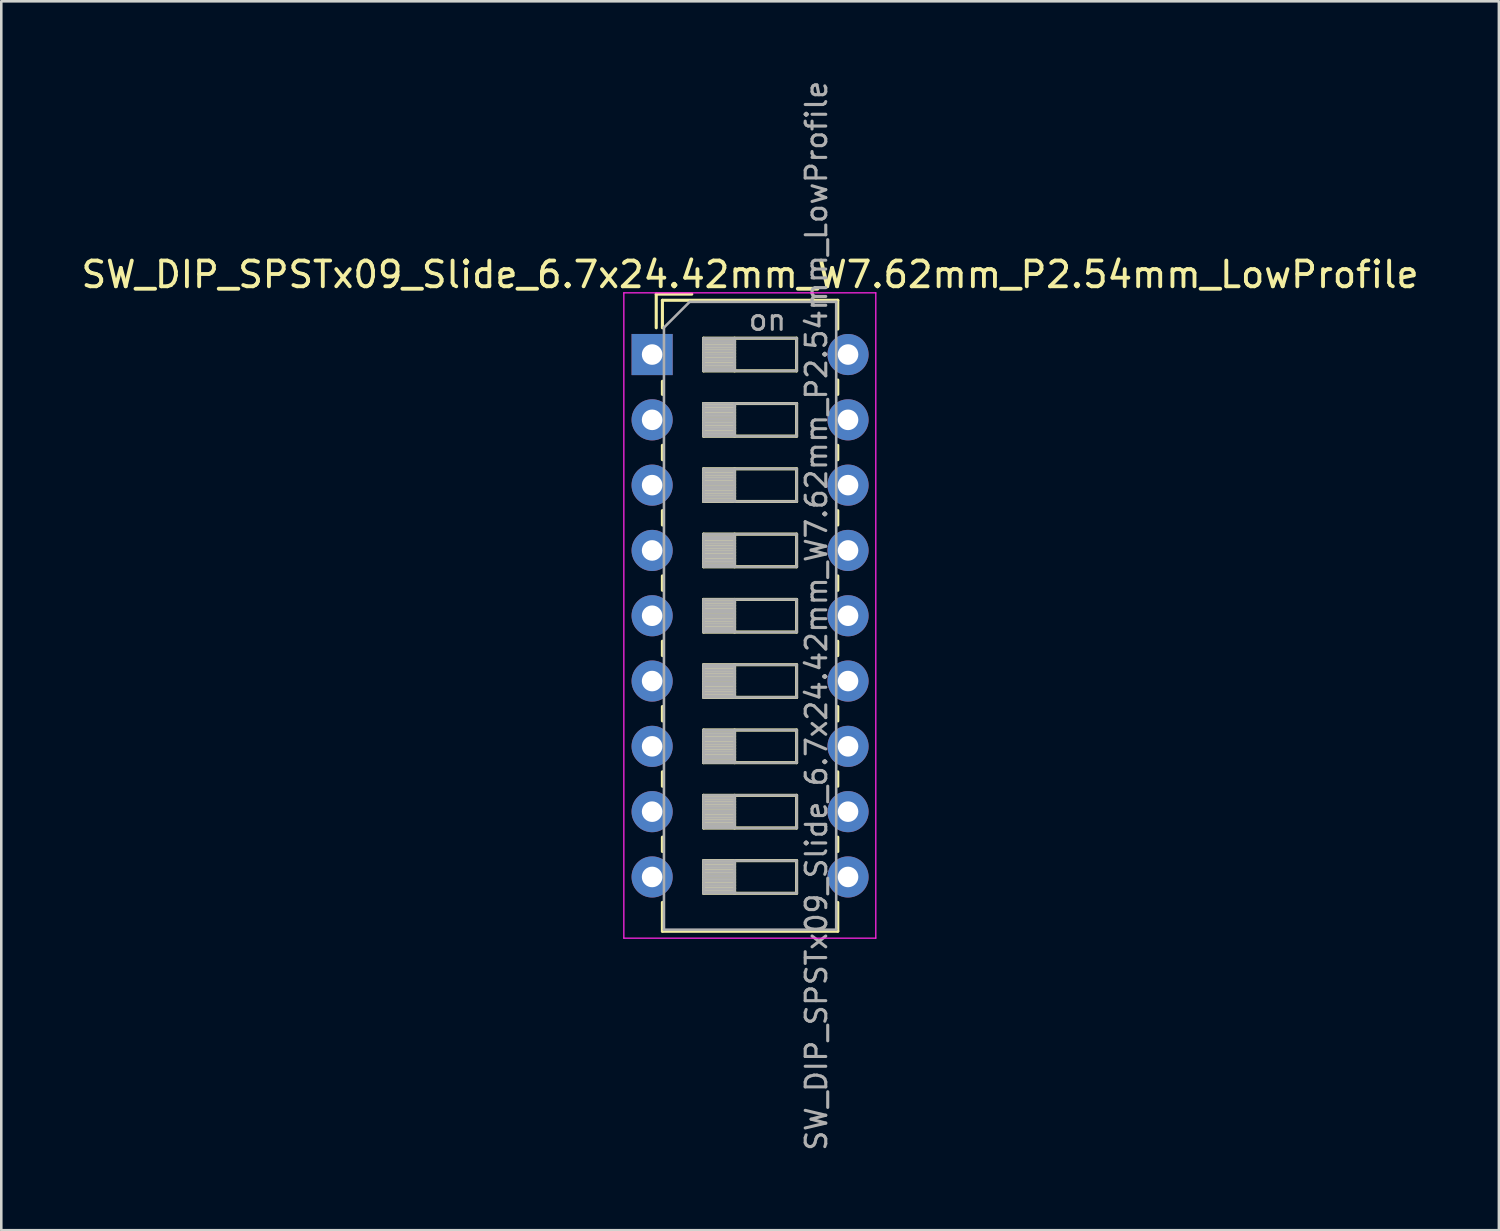
<source format=kicad_pcb>
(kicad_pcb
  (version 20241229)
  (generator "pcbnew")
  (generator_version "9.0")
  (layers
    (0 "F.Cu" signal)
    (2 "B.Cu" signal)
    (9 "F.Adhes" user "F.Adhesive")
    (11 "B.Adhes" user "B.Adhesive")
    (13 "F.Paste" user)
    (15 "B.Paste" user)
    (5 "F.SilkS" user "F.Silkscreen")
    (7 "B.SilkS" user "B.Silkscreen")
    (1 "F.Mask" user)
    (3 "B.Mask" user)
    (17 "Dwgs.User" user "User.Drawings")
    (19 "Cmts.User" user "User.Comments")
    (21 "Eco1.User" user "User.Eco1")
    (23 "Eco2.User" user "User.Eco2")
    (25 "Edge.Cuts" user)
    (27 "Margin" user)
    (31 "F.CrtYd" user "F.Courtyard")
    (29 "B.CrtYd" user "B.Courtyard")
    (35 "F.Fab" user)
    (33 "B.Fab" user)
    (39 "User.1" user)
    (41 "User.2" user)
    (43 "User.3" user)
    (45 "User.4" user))
  (footprint "SW_DIP_SPSTx09_Slide_6.7x24.42mm_W7.62mm_P2.54mm_LowProfile"
    (layer "F.Cu")
    (at 22.315 10.74)
    (property "Reference" "SW_DIP_SPSTx09_Slide_6.7x24.42mm_W7.62mm_P2.54mm_LowProfile" (at 3.81 -3.11 0) (layer "F.SilkS") (effects (font (size 1 1) (thickness 0.15))))
    (attr through_hole)
    (fp_line (start 0.16 -2.35) (end 0.16 -1.04) (stroke (width 0.12) (type solid)) (layer "F.SilkS"))
    (fp_line (start 0.16 -2.35) (end 1.543 -2.35) (stroke (width 0.12) (type solid)) (layer "F.SilkS"))
    (fp_line (start 0.4 -2.11) (end 0.4 -1.04) (stroke (width 0.12) (type solid)) (layer "F.SilkS"))
    (fp_line (start 0.4 -2.11) (end 7.221 -2.11) (stroke (width 0.12) (type solid)) (layer "F.SilkS"))
    (fp_line (start 0.4 1.04) (end 0.4 1.551) (stroke (width 0.12) (type solid)) (layer "F.SilkS"))
    (fp_line (start 0.4 3.53) (end 0.4 4.091) (stroke (width 0.12) (type solid)) (layer "F.SilkS"))
    (fp_line (start 0.4 6.07) (end 0.4 6.631) (stroke (width 0.12) (type solid)) (layer "F.SilkS"))
    (fp_line (start 0.4 8.61) (end 0.4 9.17) (stroke (width 0.12) (type solid)) (layer "F.SilkS"))
    (fp_line (start 0.4 11.15) (end 0.4 11.71) (stroke (width 0.12) (type solid)) (layer "F.SilkS"))
    (fp_line (start 0.4 13.69) (end 0.4 14.25) (stroke (width 0.12) (type solid)) (layer "F.SilkS"))
    (fp_line (start 0.4 16.23) (end 0.4 16.79) (stroke (width 0.12) (type solid)) (layer "F.SilkS"))
    (fp_line (start 0.4 18.77) (end 0.4 19.33) (stroke (width 0.12) (type solid)) (layer "F.SilkS"))
    (fp_line (start 0.4 21.31) (end 0.4 22.431) (stroke (width 0.12) (type solid)) (layer "F.SilkS"))
    (fp_line (start 0.4 22.431) (end 7.221 22.431) (stroke (width 0.12) (type solid)) (layer "F.SilkS"))
    (fp_line (start 2 -0.635) (end 2 0.635) (stroke (width 0.12) (type solid)) (layer "F.SilkS"))
    (fp_line (start 2 -0.515) (end 3.207 -0.515) (stroke (width 0.12) (type solid)) (layer "F.SilkS"))
    (fp_line (start 2 -0.395) (end 3.207 -0.395) (stroke (width 0.12) (type solid)) (layer "F.SilkS"))
    (fp_line (start 2 -0.275) (end 3.207 -0.275) (stroke (width 0.12) (type solid)) (layer "F.SilkS"))
    (fp_line (start 2 -0.155) (end 3.207 -0.155) (stroke (width 0.12) (type solid)) (layer "F.SilkS"))
    (fp_line (start 2 -0.035) (end 3.207 -0.035) (stroke (width 0.12) (type solid)) (layer "F.SilkS"))
    (fp_line (start 2 0.085) (end 3.207 0.085) (stroke (width 0.12) (type solid)) (layer "F.SilkS"))
    (fp_line (start 2 0.205) (end 3.207 0.205) (stroke (width 0.12) (type solid)) (layer "F.SilkS"))
    (fp_line (start 2 0.325) (end 3.207 0.325) (stroke (width 0.12) (type solid)) (layer "F.SilkS"))
    (fp_line (start 2 0.445) (end 3.207 0.445) (stroke (width 0.12) (type solid)) (layer "F.SilkS"))
    (fp_line (start 2 0.565) (end 3.207 0.565) (stroke (width 0.12) (type solid)) (layer "F.SilkS"))
    (fp_line (start 2 0.635) (end 5.62 0.635) (stroke (width 0.12) (type solid)) (layer "F.SilkS"))
    (fp_line (start 2 1.905) (end 2 3.175) (stroke (width 0.12) (type solid)) (layer "F.SilkS"))
    (fp_line (start 2 2.025) (end 3.207 2.025) (stroke (width 0.12) (type solid)) (layer "F.SilkS"))
    (fp_line (start 2 2.145) (end 3.207 2.145) (stroke (width 0.12) (type solid)) (layer "F.SilkS"))
    (fp_line (start 2 2.265) (end 3.207 2.265) (stroke (width 0.12) (type solid)) (layer "F.SilkS"))
    (fp_line (start 2 2.385) (end 3.207 2.385) (stroke (width 0.12) (type solid)) (layer "F.SilkS"))
    (fp_line (start 2 2.505) (end 3.207 2.505) (stroke (width 0.12) (type solid)) (layer "F.SilkS"))
    (fp_line (start 2 2.625) (end 3.207 2.625) (stroke (width 0.12) (type solid)) (layer "F.SilkS"))
    (fp_line (start 2 2.745) (end 3.207 2.745) (stroke (width 0.12) (type solid)) (layer "F.SilkS"))
    (fp_line (start 2 2.865) (end 3.207 2.865) (stroke (width 0.12) (type solid)) (layer "F.SilkS"))
    (fp_line (start 2 2.985) (end 3.207 2.985) (stroke (width 0.12) (type solid)) (layer "F.SilkS"))
    (fp_line (start 2 3.105) (end 3.207 3.105) (stroke (width 0.12) (type solid)) (layer "F.SilkS"))
    (fp_line (start 2 3.175) (end 5.62 3.175) (stroke (width 0.12) (type solid)) (layer "F.SilkS"))
    (fp_line (start 2 4.445) (end 2 5.715) (stroke (width 0.12) (type solid)) (layer "F.SilkS"))
    (fp_line (start 2 4.565) (end 3.207 4.565) (stroke (width 0.12) (type solid)) (layer "F.SilkS"))
    (fp_line (start 2 4.685) (end 3.207 4.685) (stroke (width 0.12) (type solid)) (layer "F.SilkS"))
    (fp_line (start 2 4.805) (end 3.207 4.805) (stroke (width 0.12) (type solid)) (layer "F.SilkS"))
    (fp_line (start 2 4.925) (end 3.207 4.925) (stroke (width 0.12) (type solid)) (layer "F.SilkS"))
    (fp_line (start 2 5.045) (end 3.207 5.045) (stroke (width 0.12) (type solid)) (layer "F.SilkS"))
    (fp_line (start 2 5.165) (end 3.207 5.165) (stroke (width 0.12) (type solid)) (layer "F.SilkS"))
    (fp_line (start 2 5.285) (end 3.207 5.285) (stroke (width 0.12) (type solid)) (layer "F.SilkS"))
    (fp_line (start 2 5.405) (end 3.207 5.405) (stroke (width 0.12) (type solid)) (layer "F.SilkS"))
    (fp_line (start 2 5.525) (end 3.207 5.525) (stroke (width 0.12) (type solid)) (layer "F.SilkS"))
    (fp_line (start 2 5.645) (end 3.207 5.645) (stroke (width 0.12) (type solid)) (layer "F.SilkS"))
    (fp_line (start 2 5.715) (end 5.62 5.715) (stroke (width 0.12) (type solid)) (layer "F.SilkS"))
    (fp_line (start 2 6.985) (end 2 8.255) (stroke (width 0.12) (type solid)) (layer "F.SilkS"))
    (fp_line (start 2 7.105) (end 3.207 7.105) (stroke (width 0.12) (type solid)) (layer "F.SilkS"))
    (fp_line (start 2 7.225) (end 3.207 7.225) (stroke (width 0.12) (type solid)) (layer "F.SilkS"))
    (fp_line (start 2 7.345) (end 3.207 7.345) (stroke (width 0.12) (type solid)) (layer "F.SilkS"))
    (fp_line (start 2 7.465) (end 3.207 7.465) (stroke (width 0.12) (type solid)) (layer "F.SilkS"))
    (fp_line (start 2 7.585) (end 3.207 7.585) (stroke (width 0.12) (type solid)) (layer "F.SilkS"))
    (fp_line (start 2 7.705) (end 3.207 7.705) (stroke (width 0.12) (type solid)) (layer "F.SilkS"))
    (fp_line (start 2 7.825) (end 3.207 7.825) (stroke (width 0.12) (type solid)) (layer "F.SilkS"))
    (fp_line (start 2 7.945) (end 3.207 7.945) (stroke (width 0.12) (type solid)) (layer "F.SilkS"))
    (fp_line (start 2 8.065) (end 3.207 8.065) (stroke (width 0.12) (type solid)) (layer "F.SilkS"))
    (fp_line (start 2 8.185) (end 3.207 8.185) (stroke (width 0.12) (type solid)) (layer "F.SilkS"))
    (fp_line (start 2 8.255) (end 5.62 8.255) (stroke (width 0.12) (type solid)) (layer "F.SilkS"))
    (fp_line (start 2 9.525) (end 2 10.795) (stroke (width 0.12) (type solid)) (layer "F.SilkS"))
    (fp_line (start 2 9.645) (end 3.207 9.645) (stroke (width 0.12) (type solid)) (layer "F.SilkS"))
    (fp_line (start 2 9.765) (end 3.207 9.765) (stroke (width 0.12) (type solid)) (layer "F.SilkS"))
    (fp_line (start 2 9.885) (end 3.207 9.885) (stroke (width 0.12) (type solid)) (layer "F.SilkS"))
    (fp_line (start 2 10.005) (end 3.207 10.005) (stroke (width 0.12) (type solid)) (layer "F.SilkS"))
    (fp_line (start 2 10.125) (end 3.207 10.125) (stroke (width 0.12) (type solid)) (layer "F.SilkS"))
    (fp_line (start 2 10.245) (end 3.207 10.245) (stroke (width 0.12) (type solid)) (layer "F.SilkS"))
    (fp_line (start 2 10.365) (end 3.207 10.365) (stroke (width 0.12) (type solid)) (layer "F.SilkS"))
    (fp_line (start 2 10.485) (end 3.207 10.485) (stroke (width 0.12) (type solid)) (layer "F.SilkS"))
    (fp_line (start 2 10.605) (end 3.207 10.605) (stroke (width 0.12) (type solid)) (layer "F.SilkS"))
    (fp_line (start 2 10.725) (end 3.207 10.725) (stroke (width 0.12) (type solid)) (layer "F.SilkS"))
    (fp_line (start 2 10.795) (end 5.62 10.795) (stroke (width 0.12) (type solid)) (layer "F.SilkS"))
    (fp_line (start 2 12.065) (end 2 13.335) (stroke (width 0.12) (type solid)) (layer "F.SilkS"))
    (fp_line (start 2 12.185) (end 3.207 12.185) (stroke (width 0.12) (type solid)) (layer "F.SilkS"))
    (fp_line (start 2 12.305) (end 3.207 12.305) (stroke (width 0.12) (type solid)) (layer "F.SilkS"))
    (fp_line (start 2 12.425) (end 3.207 12.425) (stroke (width 0.12) (type solid)) (layer "F.SilkS"))
    (fp_line (start 2 12.545) (end 3.207 12.545) (stroke (width 0.12) (type solid)) (layer "F.SilkS"))
    (fp_line (start 2 12.665) (end 3.207 12.665) (stroke (width 0.12) (type solid)) (layer "F.SilkS"))
    (fp_line (start 2 12.785) (end 3.207 12.785) (stroke (width 0.12) (type solid)) (layer "F.SilkS"))
    (fp_line (start 2 12.905) (end 3.207 12.905) (stroke (width 0.12) (type solid)) (layer "F.SilkS"))
    (fp_line (start 2 13.025) (end 3.207 13.025) (stroke (width 0.12) (type solid)) (layer "F.SilkS"))
    (fp_line (start 2 13.145) (end 3.207 13.145) (stroke (width 0.12) (type solid)) (layer "F.SilkS"))
    (fp_line (start 2 13.265) (end 3.207 13.265) (stroke (width 0.12) (type solid)) (layer "F.SilkS"))
    (fp_line (start 2 13.335) (end 5.62 13.335) (stroke (width 0.12) (type solid)) (layer "F.SilkS"))
    (fp_line (start 2 14.605) (end 2 15.875) (stroke (width 0.12) (type solid)) (layer "F.SilkS"))
    (fp_line (start 2 14.725) (end 3.207 14.725) (stroke (width 0.12) (type solid)) (layer "F.SilkS"))
    (fp_line (start 2 14.845) (end 3.207 14.845) (stroke (width 0.12) (type solid)) (layer "F.SilkS"))
    (fp_line (start 2 14.965) (end 3.207 14.965) (stroke (width 0.12) (type solid)) (layer "F.SilkS"))
    (fp_line (start 2 15.085) (end 3.207 15.085) (stroke (width 0.12) (type solid)) (layer "F.SilkS"))
    (fp_line (start 2 15.205) (end 3.207 15.205) (stroke (width 0.12) (type solid)) (layer "F.SilkS"))
    (fp_line (start 2 15.325) (end 3.207 15.325) (stroke (width 0.12) (type solid)) (layer "F.SilkS"))
    (fp_line (start 2 15.445) (end 3.207 15.445) (stroke (width 0.12) (type solid)) (layer "F.SilkS"))
    (fp_line (start 2 15.565) (end 3.207 15.565) (stroke (width 0.12) (type solid)) (layer "F.SilkS"))
    (fp_line (start 2 15.685) (end 3.207 15.685) (stroke (width 0.12) (type solid)) (layer "F.SilkS"))
    (fp_line (start 2 15.805) (end 3.207 15.805) (stroke (width 0.12) (type solid)) (layer "F.SilkS"))
    (fp_line (start 2 15.875) (end 5.62 15.875) (stroke (width 0.12) (type solid)) (layer "F.SilkS"))
    (fp_line (start 2 17.145) (end 2 18.415) (stroke (width 0.12) (type solid)) (layer "F.SilkS"))
    (fp_line (start 2 17.265) (end 3.207 17.265) (stroke (width 0.12) (type solid)) (layer "F.SilkS"))
    (fp_line (start 2 17.385) (end 3.207 17.385) (stroke (width 0.12) (type solid)) (layer "F.SilkS"))
    (fp_line (start 2 17.505) (end 3.207 17.505) (stroke (width 0.12) (type solid)) (layer "F.SilkS"))
    (fp_line (start 2 17.625) (end 3.207 17.625) (stroke (width 0.12) (type solid)) (layer "F.SilkS"))
    (fp_line (start 2 17.745) (end 3.207 17.745) (stroke (width 0.12) (type solid)) (layer "F.SilkS"))
    (fp_line (start 2 17.865) (end 3.207 17.865) (stroke (width 0.12) (type solid)) (layer "F.SilkS"))
    (fp_line (start 2 17.985) (end 3.207 17.985) (stroke (width 0.12) (type solid)) (layer "F.SilkS"))
    (fp_line (start 2 18.105) (end 3.207 18.105) (stroke (width 0.12) (type solid)) (layer "F.SilkS"))
    (fp_line (start 2 18.225) (end 3.207 18.225) (stroke (width 0.12) (type solid)) (layer "F.SilkS"))
    (fp_line (start 2 18.345) (end 3.207 18.345) (stroke (width 0.12) (type solid)) (layer "F.SilkS"))
    (fp_line (start 2 18.415) (end 5.62 18.415) (stroke (width 0.12) (type solid)) (layer "F.SilkS"))
    (fp_line (start 2 19.685) (end 2 20.955) (stroke (width 0.12) (type solid)) (layer "F.SilkS"))
    (fp_line (start 2 19.805) (end 3.207 19.805) (stroke (width 0.12) (type solid)) (layer "F.SilkS"))
    (fp_line (start 2 19.925) (end 3.207 19.925) (stroke (width 0.12) (type solid)) (layer "F.SilkS"))
    (fp_line (start 2 20.045) (end 3.207 20.045) (stroke (width 0.12) (type solid)) (layer "F.SilkS"))
    (fp_line (start 2 20.165) (end 3.207 20.165) (stroke (width 0.12) (type solid)) (layer "F.SilkS"))
    (fp_line (start 2 20.285) (end 3.207 20.285) (stroke (width 0.12) (type solid)) (layer "F.SilkS"))
    (fp_line (start 2 20.405) (end 3.207 20.405) (stroke (width 0.12) (type solid)) (layer "F.SilkS"))
    (fp_line (start 2 20.525) (end 3.207 20.525) (stroke (width 0.12) (type solid)) (layer "F.SilkS"))
    (fp_line (start 2 20.645) (end 3.207 20.645) (stroke (width 0.12) (type solid)) (layer "F.SilkS"))
    (fp_line (start 2 20.765) (end 3.207 20.765) (stroke (width 0.12) (type solid)) (layer "F.SilkS"))
    (fp_line (start 2 20.885) (end 3.207 20.885) (stroke (width 0.12) (type solid)) (layer "F.SilkS"))
    (fp_line (start 2 20.955) (end 5.62 20.955) (stroke (width 0.12) (type solid)) (layer "F.SilkS"))
    (fp_line (start 3.207 -0.635) (end 3.207 0.635) (stroke (width 0.12) (type solid)) (layer "F.SilkS"))
    (fp_line (start 3.207 1.905) (end 3.207 3.175) (stroke (width 0.12) (type solid)) (layer "F.SilkS"))
    (fp_line (start 3.207 4.445) (end 3.207 5.715) (stroke (width 0.12) (type solid)) (layer "F.SilkS"))
    (fp_line (start 3.207 6.985) (end 3.207 8.255) (stroke (width 0.12) (type solid)) (layer "F.SilkS"))
    (fp_line (start 3.207 9.525) (end 3.207 10.795) (stroke (width 0.12) (type solid)) (layer "F.SilkS"))
    (fp_line (start 3.207 12.065) (end 3.207 13.335) (stroke (width 0.12) (type solid)) (layer "F.SilkS"))
    (fp_line (start 3.207 14.605) (end 3.207 15.875) (stroke (width 0.12) (type solid)) (layer "F.SilkS"))
    (fp_line (start 3.207 17.145) (end 3.207 18.415) (stroke (width 0.12) (type solid)) (layer "F.SilkS"))
    (fp_line (start 3.207 19.685) (end 3.207 20.955) (stroke (width 0.12) (type solid)) (layer "F.SilkS"))
    (fp_line (start 5.62 -0.635) (end 2 -0.635) (stroke (width 0.12) (type solid)) (layer "F.SilkS"))
    (fp_line (start 5.62 0.635) (end 5.62 -0.635) (stroke (width 0.12) (type solid)) (layer "F.SilkS"))
    (fp_line (start 5.62 1.905) (end 2 1.905) (stroke (width 0.12) (type solid)) (layer "F.SilkS"))
    (fp_line (start 5.62 3.175) (end 5.62 1.905) (stroke (width 0.12) (type solid)) (layer "F.SilkS"))
    (fp_line (start 5.62 4.445) (end 2 4.445) (stroke (width 0.12) (type solid)) (layer "F.SilkS"))
    (fp_line (start 5.62 5.715) (end 5.62 4.445) (stroke (width 0.12) (type solid)) (layer "F.SilkS"))
    (fp_line (start 5.62 6.985) (end 2 6.985) (stroke (width 0.12) (type solid)) (layer "F.SilkS"))
    (fp_line (start 5.62 8.255) (end 5.62 6.985) (stroke (width 0.12) (type solid)) (layer "F.SilkS"))
    (fp_line (start 5.62 9.525) (end 2 9.525) (stroke (width 0.12) (type solid)) (layer "F.SilkS"))
    (fp_line (start 5.62 10.795) (end 5.62 9.525) (stroke (width 0.12) (type solid)) (layer "F.SilkS"))
    (fp_line (start 5.62 12.065) (end 2 12.065) (stroke (width 0.12) (type solid)) (layer "F.SilkS"))
    (fp_line (start 5.62 13.335) (end 5.62 12.065) (stroke (width 0.12) (type solid)) (layer "F.SilkS"))
    (fp_line (start 5.62 14.605) (end 2 14.605) (stroke (width 0.12) (type solid)) (layer "F.SilkS"))
    (fp_line (start 5.62 15.875) (end 5.62 14.605) (stroke (width 0.12) (type solid)) (layer "F.SilkS"))
    (fp_line (start 5.62 17.145) (end 2 17.145) (stroke (width 0.12) (type solid)) (layer "F.SilkS"))
    (fp_line (start 5.62 18.415) (end 5.62 17.145) (stroke (width 0.12) (type solid)) (layer "F.SilkS"))
    (fp_line (start 5.62 19.685) (end 2 19.685) (stroke (width 0.12) (type solid)) (layer "F.SilkS"))
    (fp_line (start 5.62 20.955) (end 5.62 19.685) (stroke (width 0.12) (type solid)) (layer "F.SilkS"))
    (fp_line (start 7.221 -2.11) (end 7.221 -0.99) (stroke (width 0.12) (type solid)) (layer "F.SilkS"))
    (fp_line (start 7.221 0.991) (end 7.221 1.551) (stroke (width 0.12) (type solid)) (layer "F.SilkS"))
    (fp_line (start 7.221 3.531) (end 7.221 4.091) (stroke (width 0.12) (type solid)) (layer "F.SilkS"))
    (fp_line (start 7.221 6.071) (end 7.221 6.631) (stroke (width 0.12) (type solid)) (layer "F.SilkS"))
    (fp_line (start 7.221 8.611) (end 7.221 9.171) (stroke (width 0.12) (type solid)) (layer "F.SilkS"))
    (fp_line (start 7.221 11.151) (end 7.221 11.711) (stroke (width 0.12) (type solid)) (layer "F.SilkS"))
    (fp_line (start 7.221 13.691) (end 7.221 14.251) (stroke (width 0.12) (type solid)) (layer "F.SilkS"))
    (fp_line (start 7.221 16.231) (end 7.221 16.79) (stroke (width 0.12) (type solid)) (layer "F.SilkS"))
    (fp_line (start 7.221 18.771) (end 7.221 19.33) (stroke (width 0.12) (type solid)) (layer "F.SilkS"))
    (fp_line (start 7.221 21.311) (end 7.221 22.431) (stroke (width 0.12) (type solid)) (layer "F.SilkS"))
    (fp_line (start -1.1 -2.4) (end -1.1 22.7) (stroke (width 0.05) (type solid)) (layer "F.CrtYd"))
    (fp_line (start -1.1 22.7) (end 8.7 22.7) (stroke (width 0.05) (type solid)) (layer "F.CrtYd"))
    (fp_line (start 8.7 -2.4) (end -1.1 -2.4) (stroke (width 0.05) (type solid)) (layer "F.CrtYd"))
    (fp_line (start 8.7 22.7) (end 8.7 -2.4) (stroke (width 0.05) (type solid)) (layer "F.CrtYd"))
    (fp_line (start 0.46 -1.05) (end 1.46 -2.05) (stroke (width 0.1) (type solid)) (layer "F.Fab"))
    (fp_line (start 0.46 22.37) (end 0.46 -1.05) (stroke (width 0.1) (type solid)) (layer "F.Fab"))
    (fp_line (start 1.46 -2.05) (end 7.16 -2.05) (stroke (width 0.1) (type solid)) (layer "F.Fab"))
    (fp_line (start 2 -0.635) (end 2 0.635) (stroke (width 0.1) (type solid)) (layer "F.Fab"))
    (fp_line (start 2 -0.535) (end 3.207 -0.535) (stroke (width 0.1) (type solid)) (layer "F.Fab"))
    (fp_line (start 2 -0.435) (end 3.207 -0.435) (stroke (width 0.1) (type solid)) (layer "F.Fab"))
    (fp_line (start 2 -0.335) (end 3.207 -0.335) (stroke (width 0.1) (type solid)) (layer "F.Fab"))
    (fp_line (start 2 -0.235) (end 3.207 -0.235) (stroke (width 0.1) (type solid)) (layer "F.Fab"))
    (fp_line (start 2 -0.135) (end 3.207 -0.135) (stroke (width 0.1) (type solid)) (layer "F.Fab"))
    (fp_line (start 2 -0.035) (end 3.207 -0.035) (stroke (width 0.1) (type solid)) (layer "F.Fab"))
    (fp_line (start 2 0.065) (end 3.207 0.065) (stroke (width 0.1) (type solid)) (layer "F.Fab"))
    (fp_line (start 2 0.165) (end 3.207 0.165) (stroke (width 0.1) (type solid)) (layer "F.Fab"))
    (fp_line (start 2 0.265) (end 3.207 0.265) (stroke (width 0.1) (type solid)) (layer "F.Fab"))
    (fp_line (start 2 0.365) (end 3.207 0.365) (stroke (width 0.1) (type solid)) (layer "F.Fab"))
    (fp_line (start 2 0.465) (end 3.207 0.465) (stroke (width 0.1) (type solid)) (layer "F.Fab"))
    (fp_line (start 2 0.565) (end 3.207 0.565) (stroke (width 0.1) (type solid)) (layer "F.Fab"))
    (fp_line (start 2 0.635) (end 5.62 0.635) (stroke (width 0.1) (type solid)) (layer "F.Fab"))
    (fp_line (start 2 1.905) (end 2 3.175) (stroke (width 0.1) (type solid)) (layer "F.Fab"))
    (fp_line (start 2 2.005) (end 3.207 2.005) (stroke (width 0.1) (type solid)) (layer "F.Fab"))
    (fp_line (start 2 2.105) (end 3.207 2.105) (stroke (width 0.1) (type solid)) (layer "F.Fab"))
    (fp_line (start 2 2.205) (end 3.207 2.205) (stroke (width 0.1) (type solid)) (layer "F.Fab"))
    (fp_line (start 2 2.305) (end 3.207 2.305) (stroke (width 0.1) (type solid)) (layer "F.Fab"))
    (fp_line (start 2 2.405) (end 3.207 2.405) (stroke (width 0.1) (type solid)) (layer "F.Fab"))
    (fp_line (start 2 2.505) (end 3.207 2.505) (stroke (width 0.1) (type solid)) (layer "F.Fab"))
    (fp_line (start 2 2.605) (end 3.207 2.605) (stroke (width 0.1) (type solid)) (layer "F.Fab"))
    (fp_line (start 2 2.705) (end 3.207 2.705) (stroke (width 0.1) (type solid)) (layer "F.Fab"))
    (fp_line (start 2 2.805) (end 3.207 2.805) (stroke (width 0.1) (type solid)) (layer "F.Fab"))
    (fp_line (start 2 2.905) (end 3.207 2.905) (stroke (width 0.1) (type solid)) (layer "F.Fab"))
    (fp_line (start 2 3.005) (end 3.207 3.005) (stroke (width 0.1) (type solid)) (layer "F.Fab"))
    (fp_line (start 2 3.105) (end 3.207 3.105) (stroke (width 0.1) (type solid)) (layer "F.Fab"))
    (fp_line (start 2 3.175) (end 5.62 3.175) (stroke (width 0.1) (type solid)) (layer "F.Fab"))
    (fp_line (start 2 4.445) (end 2 5.715) (stroke (width 0.1) (type solid)) (layer "F.Fab"))
    (fp_line (start 2 4.545) (end 3.207 4.545) (stroke (width 0.1) (type solid)) (layer "F.Fab"))
    (fp_line (start 2 4.645) (end 3.207 4.645) (stroke (width 0.1) (type solid)) (layer "F.Fab"))
    (fp_line (start 2 4.745) (end 3.207 4.745) (stroke (width 0.1) (type solid)) (layer "F.Fab"))
    (fp_line (start 2 4.845) (end 3.207 4.845) (stroke (width 0.1) (type solid)) (layer "F.Fab"))
    (fp_line (start 2 4.945) (end 3.207 4.945) (stroke (width 0.1) (type solid)) (layer "F.Fab"))
    (fp_line (start 2 5.045) (end 3.207 5.045) (stroke (width 0.1) (type solid)) (layer "F.Fab"))
    (fp_line (start 2 5.145) (end 3.207 5.145) (stroke (width 0.1) (type solid)) (layer "F.Fab"))
    (fp_line (start 2 5.245) (end 3.207 5.245) (stroke (width 0.1) (type solid)) (layer "F.Fab"))
    (fp_line (start 2 5.345) (end 3.207 5.345) (stroke (width 0.1) (type solid)) (layer "F.Fab"))
    (fp_line (start 2 5.445) (end 3.207 5.445) (stroke (width 0.1) (type solid)) (layer "F.Fab"))
    (fp_line (start 2 5.545) (end 3.207 5.545) (stroke (width 0.1) (type solid)) (layer "F.Fab"))
    (fp_line (start 2 5.645) (end 3.207 5.645) (stroke (width 0.1) (type solid)) (layer "F.Fab"))
    (fp_line (start 2 5.715) (end 5.62 5.715) (stroke (width 0.1) (type solid)) (layer "F.Fab"))
    (fp_line (start 2 6.985) (end 2 8.255) (stroke (width 0.1) (type solid)) (layer "F.Fab"))
    (fp_line (start 2 7.085) (end 3.207 7.085) (stroke (width 0.1) (type solid)) (layer "F.Fab"))
    (fp_line (start 2 7.185) (end 3.207 7.185) (stroke (width 0.1) (type solid)) (layer "F.Fab"))
    (fp_line (start 2 7.285) (end 3.207 7.285) (stroke (width 0.1) (type solid)) (layer "F.Fab"))
    (fp_line (start 2 7.385) (end 3.207 7.385) (stroke (width 0.1) (type solid)) (layer "F.Fab"))
    (fp_line (start 2 7.485) (end 3.207 7.485) (stroke (width 0.1) (type solid)) (layer "F.Fab"))
    (fp_line (start 2 7.585) (end 3.207 7.585) (stroke (width 0.1) (type solid)) (layer "F.Fab"))
    (fp_line (start 2 7.685) (end 3.207 7.685) (stroke (width 0.1) (type solid)) (layer "F.Fab"))
    (fp_line (start 2 7.785) (end 3.207 7.785) (stroke (width 0.1) (type solid)) (layer "F.Fab"))
    (fp_line (start 2 7.885) (end 3.207 7.885) (stroke (width 0.1) (type solid)) (layer "F.Fab"))
    (fp_line (start 2 7.985) (end 3.207 7.985) (stroke (width 0.1) (type solid)) (layer "F.Fab"))
    (fp_line (start 2 8.085) (end 3.207 8.085) (stroke (width 0.1) (type solid)) (layer "F.Fab"))
    (fp_line (start 2 8.185) (end 3.207 8.185) (stroke (width 0.1) (type solid)) (layer "F.Fab"))
    (fp_line (start 2 8.255) (end 5.62 8.255) (stroke (width 0.1) (type solid)) (layer "F.Fab"))
    (fp_line (start 2 9.525) (end 2 10.795) (stroke (width 0.1) (type solid)) (layer "F.Fab"))
    (fp_line (start 2 9.625) (end 3.207 9.625) (stroke (width 0.1) (type solid)) (layer "F.Fab"))
    (fp_line (start 2 9.725) (end 3.207 9.725) (stroke (width 0.1) (type solid)) (layer "F.Fab"))
    (fp_line (start 2 9.825) (end 3.207 9.825) (stroke (width 0.1) (type solid)) (layer "F.Fab"))
    (fp_line (start 2 9.925) (end 3.207 9.925) (stroke (width 0.1) (type solid)) (layer "F.Fab"))
    (fp_line (start 2 10.025) (end 3.207 10.025) (stroke (width 0.1) (type solid)) (layer "F.Fab"))
    (fp_line (start 2 10.125) (end 3.207 10.125) (stroke (width 0.1) (type solid)) (layer "F.Fab"))
    (fp_line (start 2 10.225) (end 3.207 10.225) (stroke (width 0.1) (type solid)) (layer "F.Fab"))
    (fp_line (start 2 10.325) (end 3.207 10.325) (stroke (width 0.1) (type solid)) (layer "F.Fab"))
    (fp_line (start 2 10.425) (end 3.207 10.425) (stroke (width 0.1) (type solid)) (layer "F.Fab"))
    (fp_line (start 2 10.525) (end 3.207 10.525) (stroke (width 0.1) (type solid)) (layer "F.Fab"))
    (fp_line (start 2 10.625) (end 3.207 10.625) (stroke (width 0.1) (type solid)) (layer "F.Fab"))
    (fp_line (start 2 10.725) (end 3.207 10.725) (stroke (width 0.1) (type solid)) (layer "F.Fab"))
    (fp_line (start 2 10.795) (end 5.62 10.795) (stroke (width 0.1) (type solid)) (layer "F.Fab"))
    (fp_line (start 2 12.065) (end 2 13.335) (stroke (width 0.1) (type solid)) (layer "F.Fab"))
    (fp_line (start 2 12.165) (end 3.207 12.165) (stroke (width 0.1) (type solid)) (layer "F.Fab"))
    (fp_line (start 2 12.265) (end 3.207 12.265) (stroke (width 0.1) (type solid)) (layer "F.Fab"))
    (fp_line (start 2 12.365) (end 3.207 12.365) (stroke (width 0.1) (type solid)) (layer "F.Fab"))
    (fp_line (start 2 12.465) (end 3.207 12.465) (stroke (width 0.1) (type solid)) (layer "F.Fab"))
    (fp_line (start 2 12.565) (end 3.207 12.565) (stroke (width 0.1) (type solid)) (layer "F.Fab"))
    (fp_line (start 2 12.665) (end 3.207 12.665) (stroke (width 0.1) (type solid)) (layer "F.Fab"))
    (fp_line (start 2 12.765) (end 3.207 12.765) (stroke (width 0.1) (type solid)) (layer "F.Fab"))
    (fp_line (start 2 12.865) (end 3.207 12.865) (stroke (width 0.1) (type solid)) (layer "F.Fab"))
    (fp_line (start 2 12.965) (end 3.207 12.965) (stroke (width 0.1) (type solid)) (layer "F.Fab"))
    (fp_line (start 2 13.065) (end 3.207 13.065) (stroke (width 0.1) (type solid)) (layer "F.Fab"))
    (fp_line (start 2 13.165) (end 3.207 13.165) (stroke (width 0.1) (type solid)) (layer "F.Fab"))
    (fp_line (start 2 13.265) (end 3.207 13.265) (stroke (width 0.1) (type solid)) (layer "F.Fab"))
    (fp_line (start 2 13.335) (end 5.62 13.335) (stroke (width 0.1) (type solid)) (layer "F.Fab"))
    (fp_line (start 2 14.605) (end 2 15.875) (stroke (width 0.1) (type solid)) (layer "F.Fab"))
    (fp_line (start 2 14.705) (end 3.207 14.705) (stroke (width 0.1) (type solid)) (layer "F.Fab"))
    (fp_line (start 2 14.805) (end 3.207 14.805) (stroke (width 0.1) (type solid)) (layer "F.Fab"))
    (fp_line (start 2 14.905) (end 3.207 14.905) (stroke (width 0.1) (type solid)) (layer "F.Fab"))
    (fp_line (start 2 15.005) (end 3.207 15.005) (stroke (width 0.1) (type solid)) (layer "F.Fab"))
    (fp_line (start 2 15.105) (end 3.207 15.105) (stroke (width 0.1) (type solid)) (layer "F.Fab"))
    (fp_line (start 2 15.205) (end 3.207 15.205) (stroke (width 0.1) (type solid)) (layer "F.Fab"))
    (fp_line (start 2 15.305) (end 3.207 15.305) (stroke (width 0.1) (type solid)) (layer "F.Fab"))
    (fp_line (start 2 15.405) (end 3.207 15.405) (stroke (width 0.1) (type solid)) (layer "F.Fab"))
    (fp_line (start 2 15.505) (end 3.207 15.505) (stroke (width 0.1) (type solid)) (layer "F.Fab"))
    (fp_line (start 2 15.605) (end 3.207 15.605) (stroke (width 0.1) (type solid)) (layer "F.Fab"))
    (fp_line (start 2 15.705) (end 3.207 15.705) (stroke (width 0.1) (type solid)) (layer "F.Fab"))
    (fp_line (start 2 15.805) (end 3.207 15.805) (stroke (width 0.1) (type solid)) (layer "F.Fab"))
    (fp_line (start 2 15.875) (end 5.62 15.875) (stroke (width 0.1) (type solid)) (layer "F.Fab"))
    (fp_line (start 2 17.145) (end 2 18.415) (stroke (width 0.1) (type solid)) (layer "F.Fab"))
    (fp_line (start 2 17.245) (end 3.207 17.245) (stroke (width 0.1) (type solid)) (layer "F.Fab"))
    (fp_line (start 2 17.345) (end 3.207 17.345) (stroke (width 0.1) (type solid)) (layer "F.Fab"))
    (fp_line (start 2 17.445) (end 3.207 17.445) (stroke (width 0.1) (type solid)) (layer "F.Fab"))
    (fp_line (start 2 17.545) (end 3.207 17.545) (stroke (width 0.1) (type solid)) (layer "F.Fab"))
    (fp_line (start 2 17.645) (end 3.207 17.645) (stroke (width 0.1) (type solid)) (layer "F.Fab"))
    (fp_line (start 2 17.745) (end 3.207 17.745) (stroke (width 0.1) (type solid)) (layer "F.Fab"))
    (fp_line (start 2 17.845) (end 3.207 17.845) (stroke (width 0.1) (type solid)) (layer "F.Fab"))
    (fp_line (start 2 17.945) (end 3.207 17.945) (stroke (width 0.1) (type solid)) (layer "F.Fab"))
    (fp_line (start 2 18.045) (end 3.207 18.045) (stroke (width 0.1) (type solid)) (layer "F.Fab"))
    (fp_line (start 2 18.145) (end 3.207 18.145) (stroke (width 0.1) (type solid)) (layer "F.Fab"))
    (fp_line (start 2 18.245) (end 3.207 18.245) (stroke (width 0.1) (type solid)) (layer "F.Fab"))
    (fp_line (start 2 18.345) (end 3.207 18.345) (stroke (width 0.1) (type solid)) (layer "F.Fab"))
    (fp_line (start 2 18.415) (end 5.62 18.415) (stroke (width 0.1) (type solid)) (layer "F.Fab"))
    (fp_line (start 2 19.685) (end 2 20.955) (stroke (width 0.1) (type solid)) (layer "F.Fab"))
    (fp_line (start 2 19.785) (end 3.207 19.785) (stroke (width 0.1) (type solid)) (layer "F.Fab"))
    (fp_line (start 2 19.885) (end 3.207 19.885) (stroke (width 0.1) (type solid)) (layer "F.Fab"))
    (fp_line (start 2 19.985) (end 3.207 19.985) (stroke (width 0.1) (type solid)) (layer "F.Fab"))
    (fp_line (start 2 20.085) (end 3.207 20.085) (stroke (width 0.1) (type solid)) (layer "F.Fab"))
    (fp_line (start 2 20.185) (end 3.207 20.185) (stroke (width 0.1) (type solid)) (layer "F.Fab"))
    (fp_line (start 2 20.285) (end 3.207 20.285) (stroke (width 0.1) (type solid)) (layer "F.Fab"))
    (fp_line (start 2 20.385) (end 3.207 20.385) (stroke (width 0.1) (type solid)) (layer "F.Fab"))
    (fp_line (start 2 20.485) (end 3.207 20.485) (stroke (width 0.1) (type solid)) (layer "F.Fab"))
    (fp_line (start 2 20.585) (end 3.207 20.585) (stroke (width 0.1) (type solid)) (layer "F.Fab"))
    (fp_line (start 2 20.685) (end 3.207 20.685) (stroke (width 0.1) (type solid)) (layer "F.Fab"))
    (fp_line (start 2 20.785) (end 3.207 20.785) (stroke (width 0.1) (type solid)) (layer "F.Fab"))
    (fp_line (start 2 20.885) (end 3.207 20.885) (stroke (width 0.1) (type solid)) (layer "F.Fab"))
    (fp_line (start 2 20.955) (end 5.62 20.955) (stroke (width 0.1) (type solid)) (layer "F.Fab"))
    (fp_line (start 3.207 -0.635) (end 3.207 0.635) (stroke (width 0.1) (type solid)) (layer "F.Fab"))
    (fp_line (start 3.207 1.905) (end 3.207 3.175) (stroke (width 0.1) (type solid)) (layer "F.Fab"))
    (fp_line (start 3.207 4.445) (end 3.207 5.715) (stroke (width 0.1) (type solid)) (layer "F.Fab"))
    (fp_line (start 3.207 6.985) (end 3.207 8.255) (stroke (width 0.1) (type solid)) (layer "F.Fab"))
    (fp_line (start 3.207 9.525) (end 3.207 10.795) (stroke (width 0.1) (type solid)) (layer "F.Fab"))
    (fp_line (start 3.207 12.065) (end 3.207 13.335) (stroke (width 0.1) (type solid)) (layer "F.Fab"))
    (fp_line (start 3.207 14.605) (end 3.207 15.875) (stroke (width 0.1) (type solid)) (layer "F.Fab"))
    (fp_line (start 3.207 17.145) (end 3.207 18.415) (stroke (width 0.1) (type solid)) (layer "F.Fab"))
    (fp_line (start 3.207 19.685) (end 3.207 20.955) (stroke (width 0.1) (type solid)) (layer "F.Fab"))
    (fp_line (start 5.62 -0.635) (end 2 -0.635) (stroke (width 0.1) (type solid)) (layer "F.Fab"))
    (fp_line (start 5.62 0.635) (end 5.62 -0.635) (stroke (width 0.1) (type solid)) (layer "F.Fab"))
    (fp_line (start 5.62 1.905) (end 2 1.905) (stroke (width 0.1) (type solid)) (layer "F.Fab"))
    (fp_line (start 5.62 3.175) (end 5.62 1.905) (stroke (width 0.1) (type solid)) (layer "F.Fab"))
    (fp_line (start 5.62 4.445) (end 2 4.445) (stroke (width 0.1) (type solid)) (layer "F.Fab"))
    (fp_line (start 5.62 5.715) (end 5.62 4.445) (stroke (width 0.1) (type solid)) (layer "F.Fab"))
    (fp_line (start 5.62 6.985) (end 2 6.985) (stroke (width 0.1) (type solid)) (layer "F.Fab"))
    (fp_line (start 5.62 8.255) (end 5.62 6.985) (stroke (width 0.1) (type solid)) (layer "F.Fab"))
    (fp_line (start 5.62 9.525) (end 2 9.525) (stroke (width 0.1) (type solid)) (layer "F.Fab"))
    (fp_line (start 5.62 10.795) (end 5.62 9.525) (stroke (width 0.1) (type solid)) (layer "F.Fab"))
    (fp_line (start 5.62 12.065) (end 2 12.065) (stroke (width 0.1) (type solid)) (layer "F.Fab"))
    (fp_line (start 5.62 13.335) (end 5.62 12.065) (stroke (width 0.1) (type solid)) (layer "F.Fab"))
    (fp_line (start 5.62 14.605) (end 2 14.605) (stroke (width 0.1) (type solid)) (layer "F.Fab"))
    (fp_line (start 5.62 15.875) (end 5.62 14.605) (stroke (width 0.1) (type solid)) (layer "F.Fab"))
    (fp_line (start 5.62 17.145) (end 2 17.145) (stroke (width 0.1) (type solid)) (layer "F.Fab"))
    (fp_line (start 5.62 18.415) (end 5.62 17.145) (stroke (width 0.1) (type solid)) (layer "F.Fab"))
    (fp_line (start 5.62 19.685) (end 2 19.685) (stroke (width 0.1) (type solid)) (layer "F.Fab"))
    (fp_line (start 5.62 20.955) (end 5.62 19.685) (stroke (width 0.1) (type solid)) (layer "F.Fab"))
    (fp_line (start 7.16 -2.05) (end 7.16 22.37) (stroke (width 0.1) (type solid)) (layer "F.Fab"))
    (fp_line (start 7.16 22.37) (end 0.46 22.37) (stroke (width 0.1) (type solid)) (layer "F.Fab"))
    (fp_text user "on" (at 4.485 -1.343 0) (layer "F.Fab") (effects (font (size 0.8 0.8) (thickness 0.12))))
    (fp_text user "${REFERENCE}" (at 6.39 10.16 90) (layer "F.Fab") (effects (font (size 0.8 0.8) (thickness 0.12))))
    (pad "1" thru_hole rect (at 0 0) (size 1.6 1.6) (drill 0.8) (layers "*.Cu" "*.Mask"))
    (pad "2" thru_hole oval (at 0 2.54) (size 1.6 1.6) (drill 0.8) (layers "*.Cu" "*.Mask"))
    (pad "3" thru_hole oval (at 0 5.08) (size 1.6 1.6) (drill 0.8) (layers "*.Cu" "*.Mask"))
    (pad "4" thru_hole oval (at 0 7.62) (size 1.6 1.6) (drill 0.8) (layers "*.Cu" "*.Mask"))
    (pad "5" thru_hole oval (at 0 10.16) (size 1.6 1.6) (drill 0.8) (layers "*.Cu" "*.Mask"))
    (pad "6" thru_hole oval (at 0 12.7) (size 1.6 1.6) (drill 0.8) (layers "*.Cu" "*.Mask"))
    (pad "7" thru_hole oval (at 0 15.24) (size 1.6 1.6) (drill 0.8) (layers "*.Cu" "*.Mask"))
    (pad "8" thru_hole oval (at 0 17.78) (size 1.6 1.6) (drill 0.8) (layers "*.Cu" "*.Mask"))
    (pad "9" thru_hole oval (at 0 20.32) (size 1.6 1.6) (drill 0.8) (layers "*.Cu" "*.Mask"))
    (pad "10" thru_hole oval (at 7.62 20.32) (size 1.6 1.6) (drill 0.8) (layers "*.Cu" "*.Mask"))
    (pad "11" thru_hole oval (at 7.62 17.78) (size 1.6 1.6) (drill 0.8) (layers "*.Cu" "*.Mask"))
    (pad "12" thru_hole oval (at 7.62 15.24) (size 1.6 1.6) (drill 0.8) (layers "*.Cu" "*.Mask"))
    (pad "13" thru_hole oval (at 7.62 12.7) (size 1.6 1.6) (drill 0.8) (layers "*.Cu" "*.Mask"))
    (pad "14" thru_hole oval (at 7.62 10.16) (size 1.6 1.6) (drill 0.8) (layers "*.Cu" "*.Mask"))
    (pad "15" thru_hole oval (at 7.62 7.62) (size 1.6 1.6) (drill 0.8) (layers "*.Cu" "*.Mask"))
    (pad "16" thru_hole oval (at 7.62 5.08) (size 1.6 1.6) (drill 0.8) (layers "*.Cu" "*.Mask"))
    (pad "17" thru_hole oval (at 7.62 2.54) (size 1.6 1.6) (drill 0.8) (layers "*.Cu" "*.Mask"))
    (pad "18" thru_hole oval (at 7.62 0) (size 1.6 1.6) (drill 0.8) (layers "*.Cu" "*.Mask")))
  (gr_rect
    (start -3 -3)
    (end 55.25 44.8)
    (stroke (width 0.1) (type default))
    (fill no)
    (layer "Edge.Cuts")))
</source>
